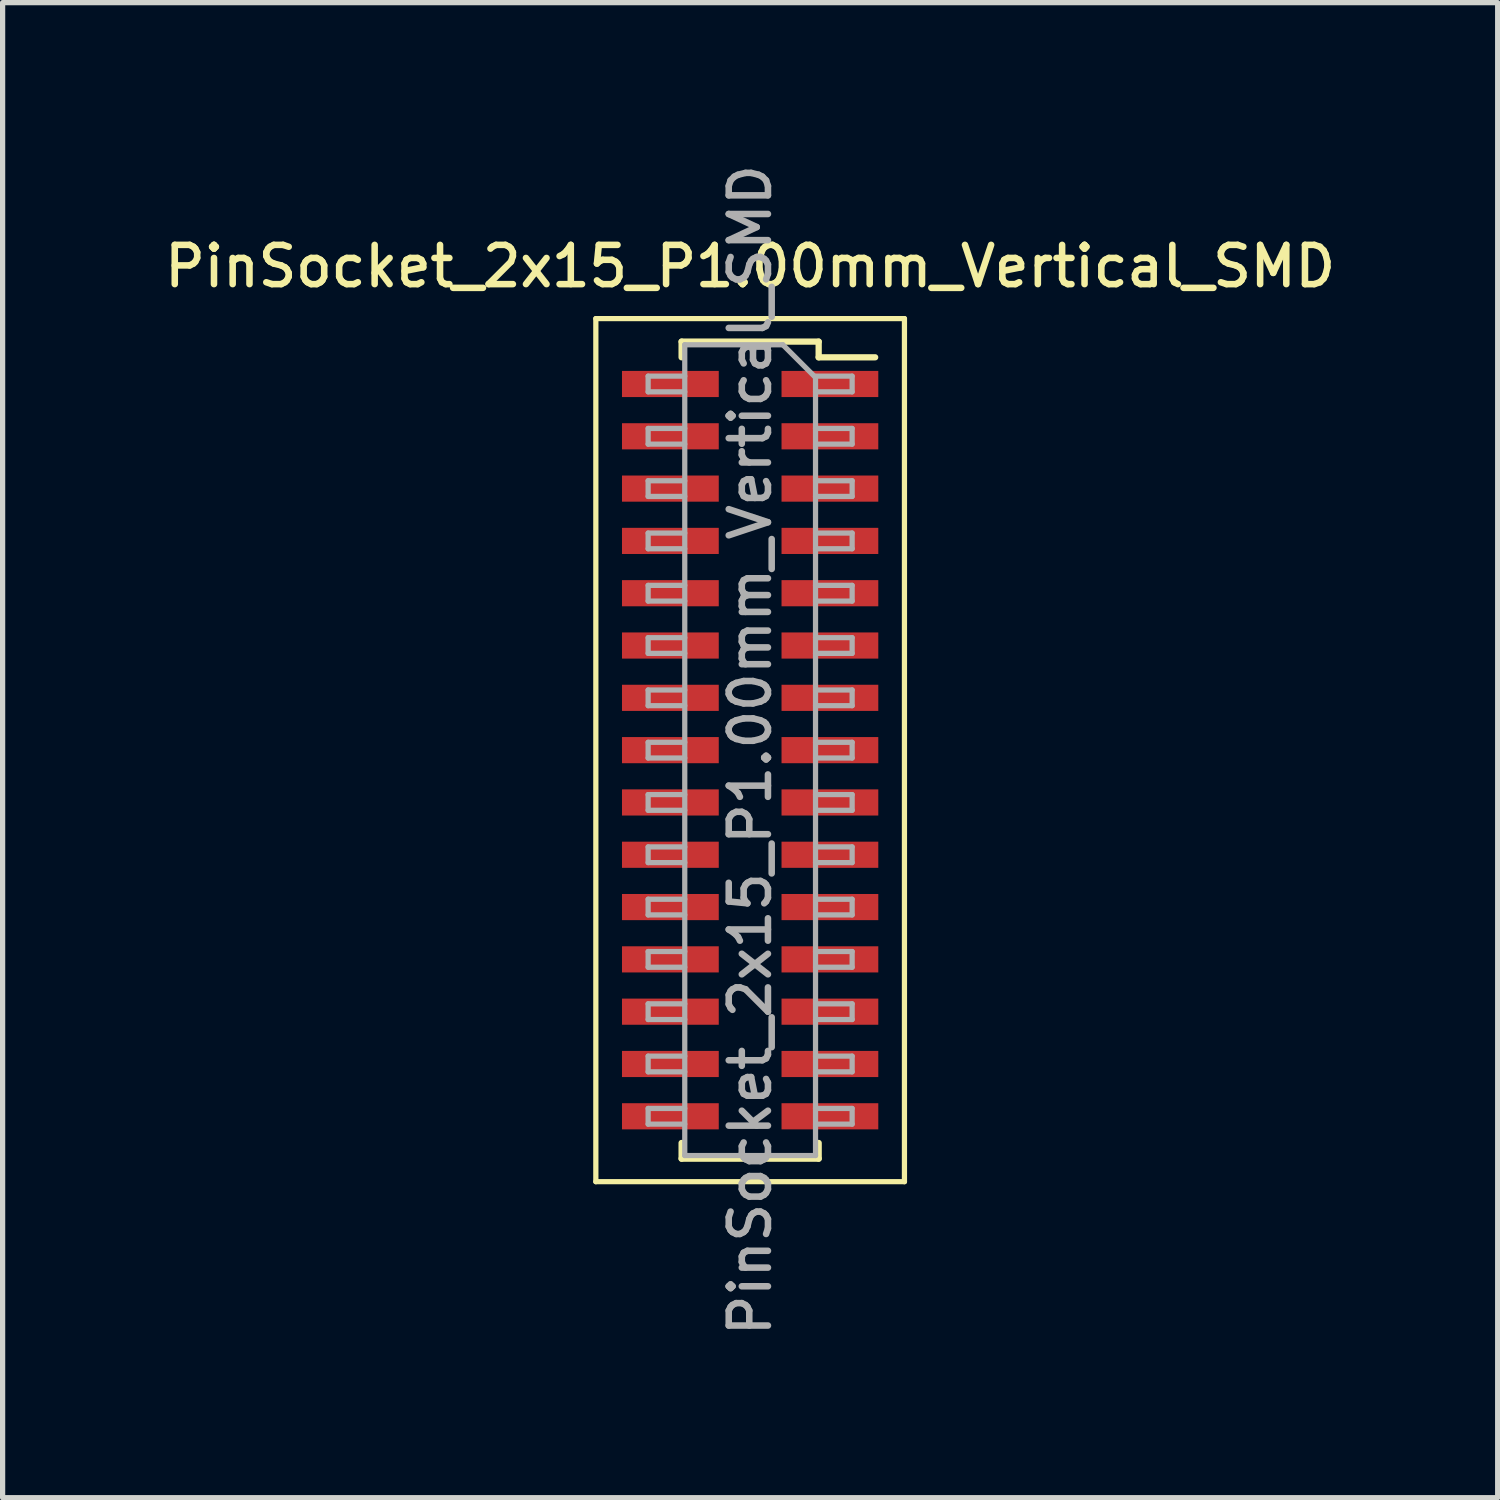
<source format=kicad_pcb>
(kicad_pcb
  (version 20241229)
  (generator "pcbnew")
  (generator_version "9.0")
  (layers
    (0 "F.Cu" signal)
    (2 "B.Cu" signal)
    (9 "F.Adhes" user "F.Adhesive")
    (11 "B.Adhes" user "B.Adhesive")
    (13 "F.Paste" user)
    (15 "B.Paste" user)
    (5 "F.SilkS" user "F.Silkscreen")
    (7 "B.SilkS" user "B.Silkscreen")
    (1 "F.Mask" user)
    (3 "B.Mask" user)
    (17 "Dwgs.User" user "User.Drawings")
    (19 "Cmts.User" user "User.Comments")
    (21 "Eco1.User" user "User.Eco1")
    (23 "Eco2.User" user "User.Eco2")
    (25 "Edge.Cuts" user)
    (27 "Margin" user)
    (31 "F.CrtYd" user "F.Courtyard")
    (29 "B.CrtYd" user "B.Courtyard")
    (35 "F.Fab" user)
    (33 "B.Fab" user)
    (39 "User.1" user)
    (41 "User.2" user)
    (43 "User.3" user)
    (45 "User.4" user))
  (footprint "PinSocket_2x15_P1.00mm_Vertical_SMD"
    (layer "F.Cu")
    (at 11.291 11.291)
    (property "Reference" "PinSocket_2x15_P1.00mm_Vertical_SMD" (at 0 -9.25 0) (layer "F.SilkS") (effects (font (size 0.75 0.75) (thickness 0.125))))
    (attr smd)
    (fp_line (start -2.95 -8.25) (end 2.95 -8.25) (stroke (width 0.1) (type solid)) (layer "F.SilkS"))
    (fp_line (start -2.95 8.25) (end -2.95 -8.25) (stroke (width 0.1) (type solid)) (layer "F.SilkS"))
    (fp_line (start -1.31 -7.81) (end -1.31 -7.51) (stroke (width 0.12) (type solid)) (layer "F.SilkS"))
    (fp_line (start -1.31 -7.81) (end 1.31 -7.81) (stroke (width 0.12) (type solid)) (layer "F.SilkS"))
    (fp_line (start -1.31 7.51) (end -1.31 7.81) (stroke (width 0.12) (type solid)) (layer "F.SilkS"))
    (fp_line (start -1.31 7.81) (end 1.31 7.81) (stroke (width 0.12) (type solid)) (layer "F.SilkS"))
    (fp_line (start 1.31 -7.81) (end 1.31 -7.51) (stroke (width 0.12) (type solid)) (layer "F.SilkS"))
    (fp_line (start 1.31 -7.51) (end 2.39 -7.51) (stroke (width 0.12) (type solid)) (layer "F.SilkS"))
    (fp_line (start 1.31 7.51) (end 1.31 7.81) (stroke (width 0.12) (type solid)) (layer "F.SilkS"))
    (fp_line (start 2.95 -8.25) (end 2.95 8.25) (stroke (width 0.1) (type solid)) (layer "F.SilkS"))
    (fp_line (start 2.95 8.25) (end -2.95 8.25) (stroke (width 0.1) (type solid)) (layer "F.SilkS"))
    (fp_line (start -1.95 -7.15) (end -1.25 -7.15) (stroke (width 0.1) (type solid)) (layer "F.Fab"))
    (fp_line (start -1.95 -6.85) (end -1.95 -7.15) (stroke (width 0.1) (type solid)) (layer "F.Fab"))
    (fp_line (start -1.95 -6.15) (end -1.25 -6.15) (stroke (width 0.1) (type solid)) (layer "F.Fab"))
    (fp_line (start -1.95 -5.85) (end -1.95 -6.15) (stroke (width 0.1) (type solid)) (layer "F.Fab"))
    (fp_line (start -1.95 -5.15) (end -1.25 -5.15) (stroke (width 0.1) (type solid)) (layer "F.Fab"))
    (fp_line (start -1.95 -4.85) (end -1.95 -5.15) (stroke (width 0.1) (type solid)) (layer "F.Fab"))
    (fp_line (start -1.95 -4.15) (end -1.25 -4.15) (stroke (width 0.1) (type solid)) (layer "F.Fab"))
    (fp_line (start -1.95 -3.85) (end -1.95 -4.15) (stroke (width 0.1) (type solid)) (layer "F.Fab"))
    (fp_line (start -1.95 -3.15) (end -1.25 -3.15) (stroke (width 0.1) (type solid)) (layer "F.Fab"))
    (fp_line (start -1.95 -2.85) (end -1.95 -3.15) (stroke (width 0.1) (type solid)) (layer "F.Fab"))
    (fp_line (start -1.95 -2.15) (end -1.25 -2.15) (stroke (width 0.1) (type solid)) (layer "F.Fab"))
    (fp_line (start -1.95 -1.85) (end -1.95 -2.15) (stroke (width 0.1) (type solid)) (layer "F.Fab"))
    (fp_line (start -1.95 -1.15) (end -1.25 -1.15) (stroke (width 0.1) (type solid)) (layer "F.Fab"))
    (fp_line (start -1.95 -0.85) (end -1.95 -1.15) (stroke (width 0.1) (type solid)) (layer "F.Fab"))
    (fp_line (start -1.95 -0.15) (end -1.25 -0.15) (stroke (width 0.1) (type solid)) (layer "F.Fab"))
    (fp_line (start -1.95 0.15) (end -1.95 -0.15) (stroke (width 0.1) (type solid)) (layer "F.Fab"))
    (fp_line (start -1.95 0.85) (end -1.25 0.85) (stroke (width 0.1) (type solid)) (layer "F.Fab"))
    (fp_line (start -1.95 1.15) (end -1.95 0.85) (stroke (width 0.1) (type solid)) (layer "F.Fab"))
    (fp_line (start -1.95 1.85) (end -1.25 1.85) (stroke (width 0.1) (type solid)) (layer "F.Fab"))
    (fp_line (start -1.95 2.15) (end -1.95 1.85) (stroke (width 0.1) (type solid)) (layer "F.Fab"))
    (fp_line (start -1.95 2.85) (end -1.25 2.85) (stroke (width 0.1) (type solid)) (layer "F.Fab"))
    (fp_line (start -1.95 3.15) (end -1.95 2.85) (stroke (width 0.1) (type solid)) (layer "F.Fab"))
    (fp_line (start -1.95 3.85) (end -1.25 3.85) (stroke (width 0.1) (type solid)) (layer "F.Fab"))
    (fp_line (start -1.95 4.15) (end -1.95 3.85) (stroke (width 0.1) (type solid)) (layer "F.Fab"))
    (fp_line (start -1.95 4.85) (end -1.25 4.85) (stroke (width 0.1) (type solid)) (layer "F.Fab"))
    (fp_line (start -1.95 5.15) (end -1.95 4.85) (stroke (width 0.1) (type solid)) (layer "F.Fab"))
    (fp_line (start -1.95 5.85) (end -1.25 5.85) (stroke (width 0.1) (type solid)) (layer "F.Fab"))
    (fp_line (start -1.95 6.15) (end -1.95 5.85) (stroke (width 0.1) (type solid)) (layer "F.Fab"))
    (fp_line (start -1.95 6.85) (end -1.25 6.85) (stroke (width 0.1) (type solid)) (layer "F.Fab"))
    (fp_line (start -1.95 7.15) (end -1.95 6.85) (stroke (width 0.1) (type solid)) (layer "F.Fab"))
    (fp_line (start -1.25 -7.75) (end 0.625 -7.75) (stroke (width 0.1) (type solid)) (layer "F.Fab"))
    (fp_line (start -1.25 -6.85) (end -1.95 -6.85) (stroke (width 0.1) (type solid)) (layer "F.Fab"))
    (fp_line (start -1.25 -5.85) (end -1.95 -5.85) (stroke (width 0.1) (type solid)) (layer "F.Fab"))
    (fp_line (start -1.25 -4.85) (end -1.95 -4.85) (stroke (width 0.1) (type solid)) (layer "F.Fab"))
    (fp_line (start -1.25 -3.85) (end -1.95 -3.85) (stroke (width 0.1) (type solid)) (layer "F.Fab"))
    (fp_line (start -1.25 -2.85) (end -1.95 -2.85) (stroke (width 0.1) (type solid)) (layer "F.Fab"))
    (fp_line (start -1.25 -1.85) (end -1.95 -1.85) (stroke (width 0.1) (type solid)) (layer "F.Fab"))
    (fp_line (start -1.25 -0.85) (end -1.95 -0.85) (stroke (width 0.1) (type solid)) (layer "F.Fab"))
    (fp_line (start -1.25 0.15) (end -1.95 0.15) (stroke (width 0.1) (type solid)) (layer "F.Fab"))
    (fp_line (start -1.25 1.15) (end -1.95 1.15) (stroke (width 0.1) (type solid)) (layer "F.Fab"))
    (fp_line (start -1.25 2.15) (end -1.95 2.15) (stroke (width 0.1) (type solid)) (layer "F.Fab"))
    (fp_line (start -1.25 3.15) (end -1.95 3.15) (stroke (width 0.1) (type solid)) (layer "F.Fab"))
    (fp_line (start -1.25 4.15) (end -1.95 4.15) (stroke (width 0.1) (type solid)) (layer "F.Fab"))
    (fp_line (start -1.25 5.15) (end -1.95 5.15) (stroke (width 0.1) (type solid)) (layer "F.Fab"))
    (fp_line (start -1.25 6.15) (end -1.95 6.15) (stroke (width 0.1) (type solid)) (layer "F.Fab"))
    (fp_line (start -1.25 7.15) (end -1.95 7.15) (stroke (width 0.1) (type solid)) (layer "F.Fab"))
    (fp_line (start -1.25 7.75) (end -1.25 -7.75) (stroke (width 0.1) (type solid)) (layer "F.Fab"))
    (fp_line (start 0.625 -7.75) (end 1.25 -7.125) (stroke (width 0.1) (type solid)) (layer "F.Fab"))
    (fp_line (start 1.25 -7.15) (end 1.95 -7.15) (stroke (width 0.1) (type solid)) (layer "F.Fab"))
    (fp_line (start 1.25 -7.125) (end 1.25 7.75) (stroke (width 0.1) (type solid)) (layer "F.Fab"))
    (fp_line (start 1.25 -6.15) (end 1.95 -6.15) (stroke (width 0.1) (type solid)) (layer "F.Fab"))
    (fp_line (start 1.25 -5.15) (end 1.95 -5.15) (stroke (width 0.1) (type solid)) (layer "F.Fab"))
    (fp_line (start 1.25 -4.15) (end 1.95 -4.15) (stroke (width 0.1) (type solid)) (layer "F.Fab"))
    (fp_line (start 1.25 -3.15) (end 1.95 -3.15) (stroke (width 0.1) (type solid)) (layer "F.Fab"))
    (fp_line (start 1.25 -2.15) (end 1.95 -2.15) (stroke (width 0.1) (type solid)) (layer "F.Fab"))
    (fp_line (start 1.25 -1.15) (end 1.95 -1.15) (stroke (width 0.1) (type solid)) (layer "F.Fab"))
    (fp_line (start 1.25 -0.15) (end 1.95 -0.15) (stroke (width 0.1) (type solid)) (layer "F.Fab"))
    (fp_line (start 1.25 0.85) (end 1.95 0.85) (stroke (width 0.1) (type solid)) (layer "F.Fab"))
    (fp_line (start 1.25 1.85) (end 1.95 1.85) (stroke (width 0.1) (type solid)) (layer "F.Fab"))
    (fp_line (start 1.25 2.85) (end 1.95 2.85) (stroke (width 0.1) (type solid)) (layer "F.Fab"))
    (fp_line (start 1.25 3.85) (end 1.95 3.85) (stroke (width 0.1) (type solid)) (layer "F.Fab"))
    (fp_line (start 1.25 4.85) (end 1.95 4.85) (stroke (width 0.1) (type solid)) (layer "F.Fab"))
    (fp_line (start 1.25 5.85) (end 1.95 5.85) (stroke (width 0.1) (type solid)) (layer "F.Fab"))
    (fp_line (start 1.25 6.85) (end 1.95 6.85) (stroke (width 0.1) (type solid)) (layer "F.Fab"))
    (fp_line (start 1.25 7.75) (end -1.25 7.75) (stroke (width 0.1) (type solid)) (layer "F.Fab"))
    (fp_line (start 1.95 -7.15) (end 1.95 -6.85) (stroke (width 0.1) (type solid)) (layer "F.Fab"))
    (fp_line (start 1.95 -6.85) (end 1.25 -6.85) (stroke (width 0.1) (type solid)) (layer "F.Fab"))
    (fp_line (start 1.95 -6.15) (end 1.95 -5.85) (stroke (width 0.1) (type solid)) (layer "F.Fab"))
    (fp_line (start 1.95 -5.85) (end 1.25 -5.85) (stroke (width 0.1) (type solid)) (layer "F.Fab"))
    (fp_line (start 1.95 -5.15) (end 1.95 -4.85) (stroke (width 0.1) (type solid)) (layer "F.Fab"))
    (fp_line (start 1.95 -4.85) (end 1.25 -4.85) (stroke (width 0.1) (type solid)) (layer "F.Fab"))
    (fp_line (start 1.95 -4.15) (end 1.95 -3.85) (stroke (width 0.1) (type solid)) (layer "F.Fab"))
    (fp_line (start 1.95 -3.85) (end 1.25 -3.85) (stroke (width 0.1) (type solid)) (layer "F.Fab"))
    (fp_line (start 1.95 -3.15) (end 1.95 -2.85) (stroke (width 0.1) (type solid)) (layer "F.Fab"))
    (fp_line (start 1.95 -2.85) (end 1.25 -2.85) (stroke (width 0.1) (type solid)) (layer "F.Fab"))
    (fp_line (start 1.95 -2.15) (end 1.95 -1.85) (stroke (width 0.1) (type solid)) (layer "F.Fab"))
    (fp_line (start 1.95 -1.85) (end 1.25 -1.85) (stroke (width 0.1) (type solid)) (layer "F.Fab"))
    (fp_line (start 1.95 -1.15) (end 1.95 -0.85) (stroke (width 0.1) (type solid)) (layer "F.Fab"))
    (fp_line (start 1.95 -0.85) (end 1.25 -0.85) (stroke (width 0.1) (type solid)) (layer "F.Fab"))
    (fp_line (start 1.95 -0.15) (end 1.95 0.15) (stroke (width 0.1) (type solid)) (layer "F.Fab"))
    (fp_line (start 1.95 0.15) (end 1.25 0.15) (stroke (width 0.1) (type solid)) (layer "F.Fab"))
    (fp_line (start 1.95 0.85) (end 1.95 1.15) (stroke (width 0.1) (type solid)) (layer "F.Fab"))
    (fp_line (start 1.95 1.15) (end 1.25 1.15) (stroke (width 0.1) (type solid)) (layer "F.Fab"))
    (fp_line (start 1.95 1.85) (end 1.95 2.15) (stroke (width 0.1) (type solid)) (layer "F.Fab"))
    (fp_line (start 1.95 2.15) (end 1.25 2.15) (stroke (width 0.1) (type solid)) (layer "F.Fab"))
    (fp_line (start 1.95 2.85) (end 1.95 3.15) (stroke (width 0.1) (type solid)) (layer "F.Fab"))
    (fp_line (start 1.95 3.15) (end 1.25 3.15) (stroke (width 0.1) (type solid)) (layer "F.Fab"))
    (fp_line (start 1.95 3.85) (end 1.95 4.15) (stroke (width 0.1) (type solid)) (layer "F.Fab"))
    (fp_line (start 1.95 4.15) (end 1.25 4.15) (stroke (width 0.1) (type solid)) (layer "F.Fab"))
    (fp_line (start 1.95 4.85) (end 1.95 5.15) (stroke (width 0.1) (type solid)) (layer "F.Fab"))
    (fp_line (start 1.95 5.15) (end 1.25 5.15) (stroke (width 0.1) (type solid)) (layer "F.Fab"))
    (fp_line (start 1.95 5.85) (end 1.95 6.15) (stroke (width 0.1) (type solid)) (layer "F.Fab"))
    (fp_line (start 1.95 6.15) (end 1.25 6.15) (stroke (width 0.1) (type solid)) (layer "F.Fab"))
    (fp_line (start 1.95 6.85) (end 1.95 7.15) (stroke (width 0.1) (type solid)) (layer "F.Fab"))
    (fp_line (start 1.95 7.15) (end 1.25 7.15) (stroke (width 0.1) (type solid)) (layer "F.Fab"))
    (fp_text user "${REFERENCE}" (at 0 0 90) (layer "F.Fab") (effects (font (size 0.75 0.75) (thickness 0.125))))
    (pad "1" smd rect (at 1.525 -7) (size 1.85 0.5) (layers "F.Cu" "F.Mask" "F.Paste"))
    (pad "2" smd rect (at -1.525 -7) (size 1.85 0.5) (layers "F.Cu" "F.Mask" "F.Paste"))
    (pad "3" smd rect (at 1.525 -6) (size 1.85 0.5) (layers "F.Cu" "F.Mask" "F.Paste"))
    (pad "4" smd rect (at -1.525 -6) (size 1.85 0.5) (layers "F.Cu" "F.Mask" "F.Paste"))
    (pad "5" smd rect (at 1.525 -5) (size 1.85 0.5) (layers "F.Cu" "F.Mask" "F.Paste"))
    (pad "6" smd rect (at -1.525 -5) (size 1.85 0.5) (layers "F.Cu" "F.Mask" "F.Paste"))
    (pad "7" smd rect (at 1.525 -4) (size 1.85 0.5) (layers "F.Cu" "F.Mask" "F.Paste"))
    (pad "8" smd rect (at -1.525 -4) (size 1.85 0.5) (layers "F.Cu" "F.Mask" "F.Paste"))
    (pad "9" smd rect (at 1.525 -3) (size 1.85 0.5) (layers "F.Cu" "F.Mask" "F.Paste"))
    (pad "10" smd rect (at -1.525 -3) (size 1.85 0.5) (layers "F.Cu" "F.Mask" "F.Paste"))
    (pad "11" smd rect (at 1.525 -2) (size 1.85 0.5) (layers "F.Cu" "F.Mask" "F.Paste"))
    (pad "12" smd rect (at -1.525 -2) (size 1.85 0.5) (layers "F.Cu" "F.Mask" "F.Paste"))
    (pad "13" smd rect (at 1.525 -1) (size 1.85 0.5) (layers "F.Cu" "F.Mask" "F.Paste"))
    (pad "14" smd rect (at -1.525 -1) (size 1.85 0.5) (layers "F.Cu" "F.Mask" "F.Paste"))
    (pad "15" smd rect (at 1.525 0) (size 1.85 0.5) (layers "F.Cu" "F.Mask" "F.Paste"))
    (pad "16" smd rect (at -1.525 0) (size 1.85 0.5) (layers "F.Cu" "F.Mask" "F.Paste"))
    (pad "17" smd rect (at 1.525 1) (size 1.85 0.5) (layers "F.Cu" "F.Mask" "F.Paste"))
    (pad "18" smd rect (at -1.525 1) (size 1.85 0.5) (layers "F.Cu" "F.Mask" "F.Paste"))
    (pad "19" smd rect (at 1.525 2) (size 1.85 0.5) (layers "F.Cu" "F.Mask" "F.Paste"))
    (pad "20" smd rect (at -1.525 2) (size 1.85 0.5) (layers "F.Cu" "F.Mask" "F.Paste"))
    (pad "21" smd rect (at 1.525 3) (size 1.85 0.5) (layers "F.Cu" "F.Mask" "F.Paste"))
    (pad "22" smd rect (at -1.525 3) (size 1.85 0.5) (layers "F.Cu" "F.Mask" "F.Paste"))
    (pad "23" smd rect (at 1.525 4) (size 1.85 0.5) (layers "F.Cu" "F.Mask" "F.Paste"))
    (pad "24" smd rect (at -1.525 4) (size 1.85 0.5) (layers "F.Cu" "F.Mask" "F.Paste"))
    (pad "25" smd rect (at 1.525 5) (size 1.85 0.5) (layers "F.Cu" "F.Mask" "F.Paste"))
    (pad "26" smd rect (at -1.525 5) (size 1.85 0.5) (layers "F.Cu" "F.Mask" "F.Paste"))
    (pad "27" smd rect (at 1.525 6) (size 1.85 0.5) (layers "F.Cu" "F.Mask" "F.Paste"))
    (pad "28" smd rect (at -1.525 6) (size 1.85 0.5) (layers "F.Cu" "F.Mask" "F.Paste"))
    (pad "29" smd rect (at 1.525 7) (size 1.85 0.5) (layers "F.Cu" "F.Mask" "F.Paste"))
    (pad "30" smd rect (at -1.525 7) (size 1.85 0.5) (layers "F.Cu" "F.Mask" "F.Paste")))
  (gr_rect
    (start -3 -3)
    (end 25.582 25.582)
    (stroke (width 0.1) (type default))
    (fill no)
    (layer "Edge.Cuts")))
</source>
